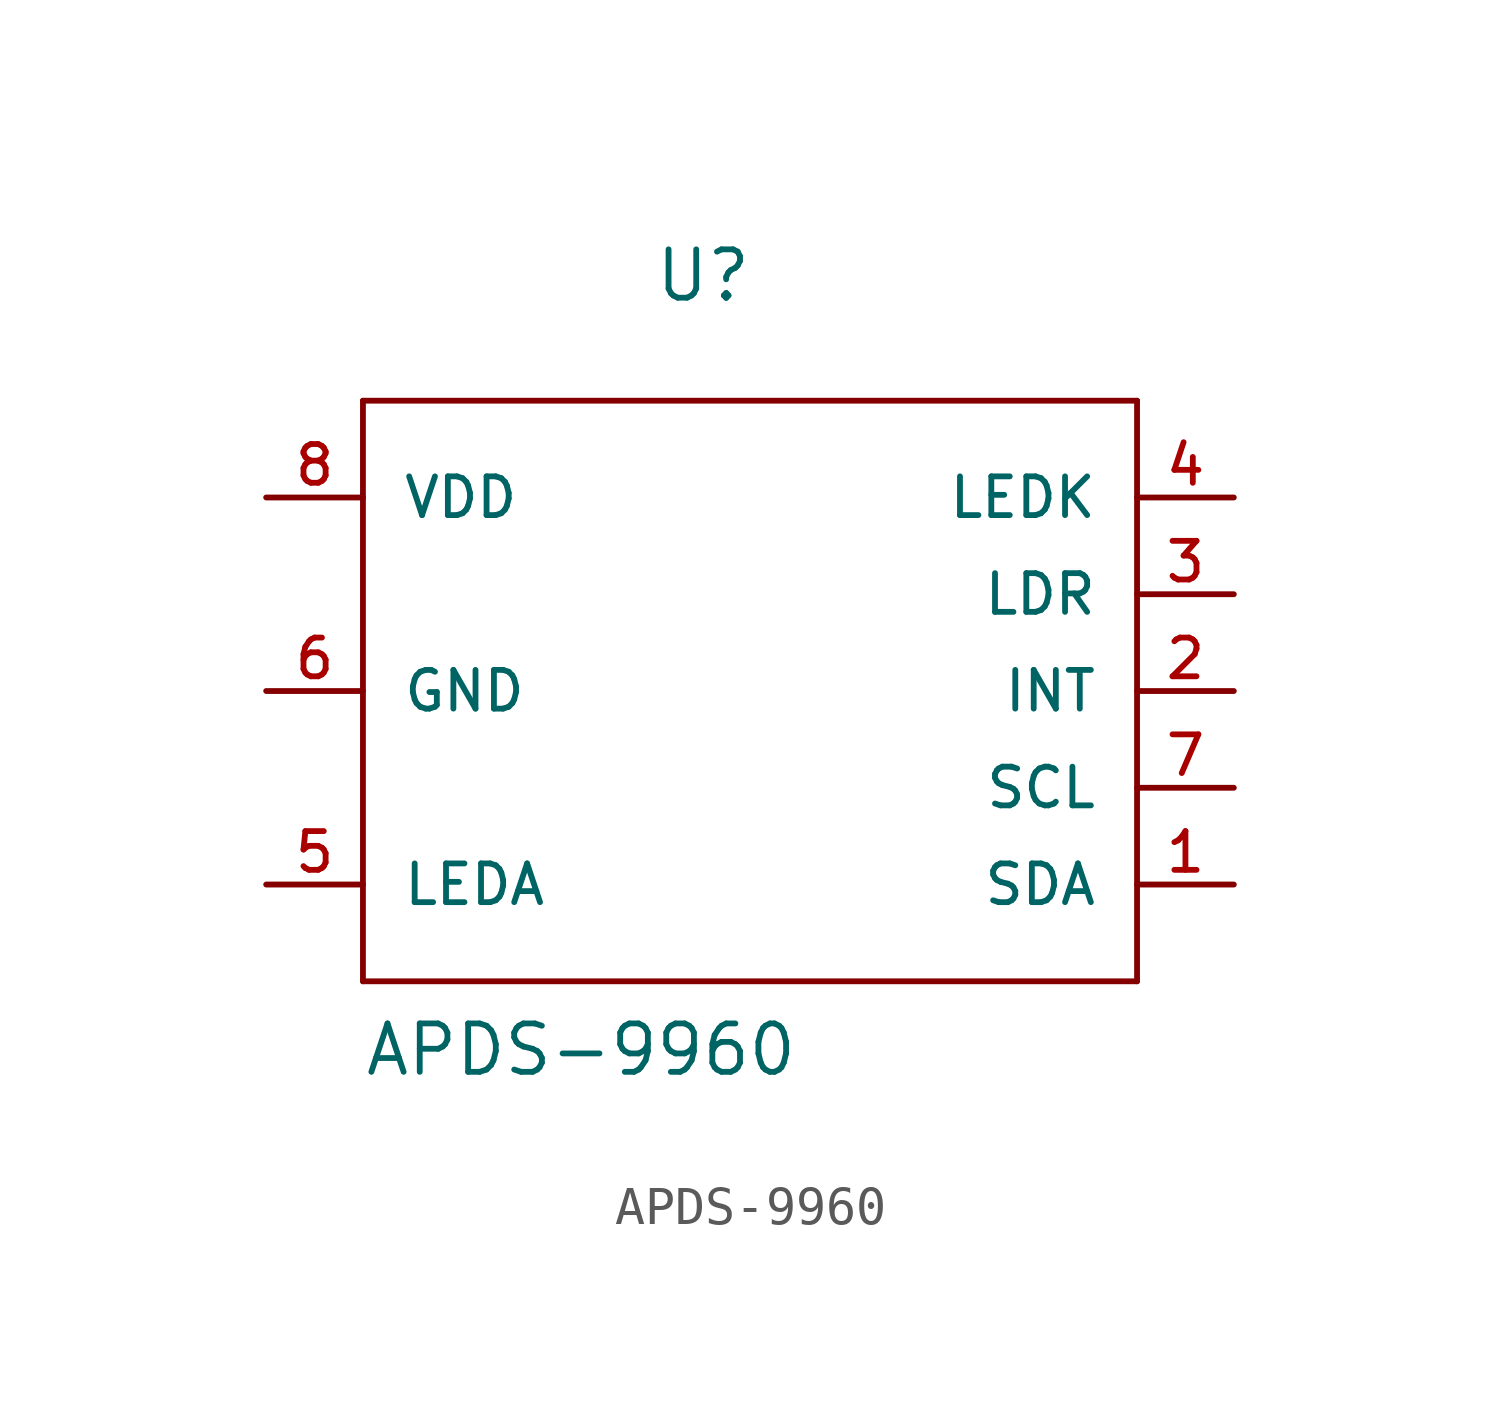
<source format=kicad_sym>
(kicad_symbol_lib
  (version 20220914)
  (generator kicad_symbol_editor)
  (symbol "APDS-9960"
    (pin_names
      (offset 1.016))
    (property "Reference" "U"
      (at -2.54 10.16 0)
      (effects (font (size 1.27 1.27)) (justify left bottom)))
    (property "Value" "APDS-9960"
      (at -10.16 -10.16 0)
      (effects (font (size 1.27 1.27)) (justify left bottom)))
    (property "ki_locked" ""
      (at 0 0 0)
      (effects (font (size 1.27 1.27))))
    (symbol "APDS-9960_1_0"
      (polyline (pts (xy -10.16 -7.62) (xy -10.16 7.62)) (stroke (width 0) (type solid)) (fill (type none)))
      (polyline (pts (xy -10.16 7.62) (xy 10.16 7.62)) (stroke (width 0) (type solid)) (fill (type none)))
      (polyline (pts (xy 10.16 -7.62) (xy -10.16 -7.62)) (stroke (width 0) (type solid)) (fill (type none)))
      (polyline (pts (xy 10.16 7.62) (xy 10.16 -7.62)) (stroke (width 0) (type solid)) (fill (type none))))
    (symbol "APDS-9960_1_1"
      (pin bidirectional line (at 12.7 -5.08 180) (length 2.54) (name "SDA" (effects (font (size 1.016 1.016)))) (number "1" (effects (font (size 1.016 1.016)))))
      (pin bidirectional line (at 12.7 0 180) (length 2.54) (name "INT" (effects (font (size 1.016 1.016)))) (number "2" (effects (font (size 1.016 1.016)))))
      (pin bidirectional line (at 12.7 2.54 180) (length 2.54) (name "LDR" (effects (font (size 1.016 1.016)))) (number "3" (effects (font (size 1.016 1.016)))))
      (pin bidirectional line (at 12.7 5.08 180) (length 2.54) (name "LEDK" (effects (font (size 1.016 1.016)))) (number "4" (effects (font (size 1.016 1.016)))))
      (pin bidirectional line (at -12.7 -5.08 0) (length 2.54) (name "LEDA" (effects (font (size 1.016 1.016)))) (number "5" (effects (font (size 1.016 1.016)))))
      (pin power_in line (at -12.7 0 0) (length 2.54) (name "GND" (effects (font (size 1.016 1.016)))) (number "6" (effects (font (size 1.016 1.016)))))
      (pin input line (at 12.7 -2.54 180) (length 2.54) (name "SCL" (effects (font (size 1.016 1.016)))) (number "7" (effects (font (size 1.016 1.016)))))
      (pin power_in line (at -12.7 5.08 0) (length 2.54) (name "VDD" (effects (font (size 1.016 1.016)))) (number "8" (effects (font (size 1.016 1.016))))))))
</source>
